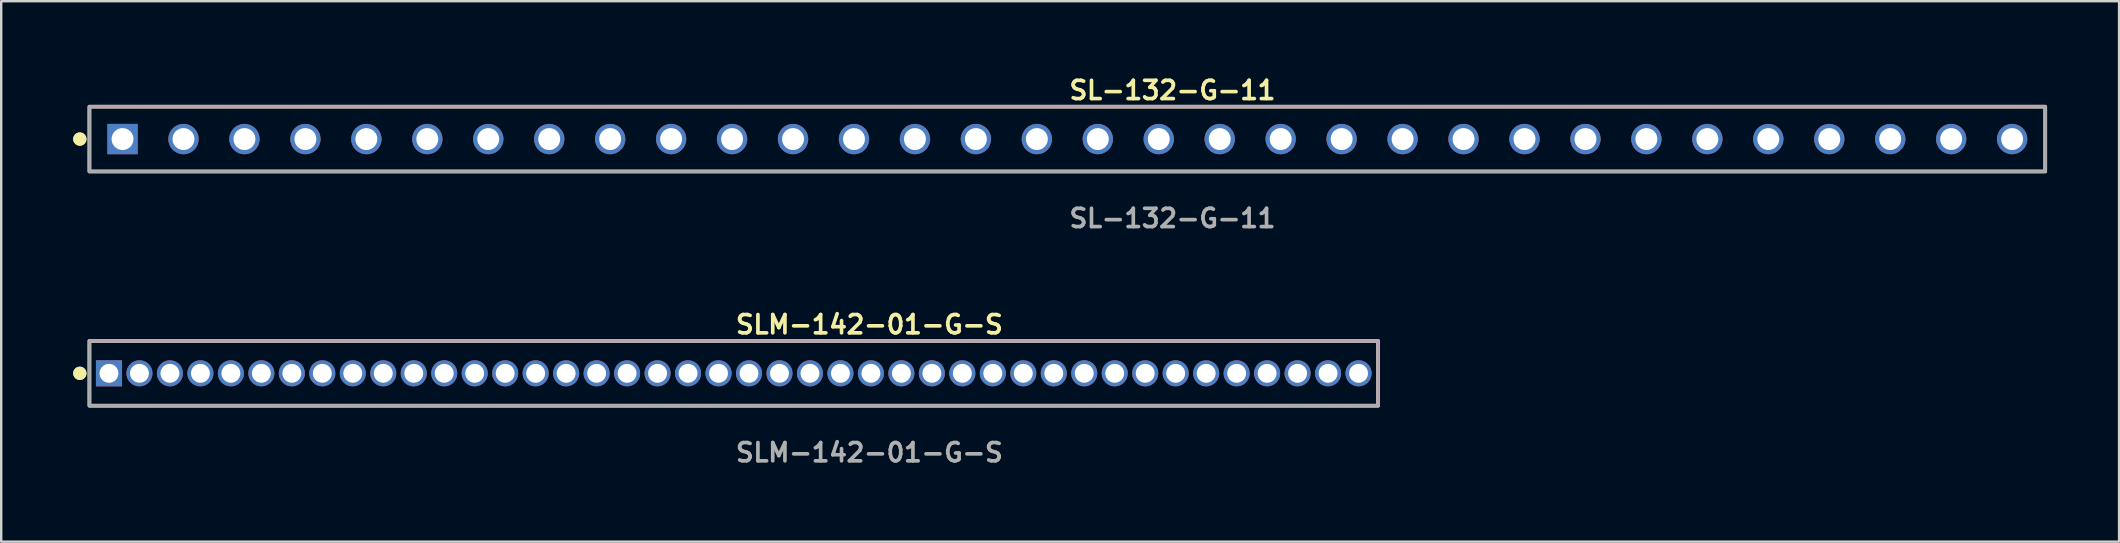
<source format=kicad_pcb>
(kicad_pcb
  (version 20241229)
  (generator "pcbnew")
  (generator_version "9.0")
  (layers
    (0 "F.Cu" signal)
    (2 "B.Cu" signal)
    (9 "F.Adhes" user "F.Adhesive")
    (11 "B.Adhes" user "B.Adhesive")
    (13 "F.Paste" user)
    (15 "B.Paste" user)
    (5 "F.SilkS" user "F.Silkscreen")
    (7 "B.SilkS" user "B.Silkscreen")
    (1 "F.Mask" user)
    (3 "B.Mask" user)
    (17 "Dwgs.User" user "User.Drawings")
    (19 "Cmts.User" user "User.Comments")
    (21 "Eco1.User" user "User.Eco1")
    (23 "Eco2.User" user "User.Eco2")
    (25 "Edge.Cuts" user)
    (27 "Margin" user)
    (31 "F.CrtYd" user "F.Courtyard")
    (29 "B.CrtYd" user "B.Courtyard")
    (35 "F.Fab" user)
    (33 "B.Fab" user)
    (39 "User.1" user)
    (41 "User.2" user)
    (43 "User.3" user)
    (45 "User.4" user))
  (footprint "SLM-142-01-G-S"
    (layer "F.Cu")
    (at 27.526 12.506)
    (property "Reference" "SLM-142-01-G-S" (at 0 -2.032 0) (unlocked yes) (layer "F.SilkS") (effects (font (size 0.762 0.762) (thickness 0.152)) (justify left)))
    (fp_rect (start -26.85 1.35) (end 26.85 -1.35) (stroke (width 0.152) (type solid)) (fill no) (layer "F.SilkS"))
    (fp_circle (center -27.25 0) (end -27.45 0) (stroke (width 0.152) (type solid)) (fill yes) (layer "F.SilkS"))
    (fp_circle (center -27.25 0) (end -27.45 0) (stroke (width 0.152) (type solid)) (fill yes) (layer "F.SilkS"))
    (fp_rect (start -26.85 1.35) (end 26.85 -1.35) (stroke (width 0.006) (type solid)) (fill no) (layer "F.CrtYd"))
    (fp_rect (start -26.85 1.35) (end 26.85 -1.35) (stroke (width 0.152) (type solid)) (fill no) (layer "F.Fab"))
    (fp_text user "${REFERENCE}" (at 0 3.302 0) (unlocked yes) (layer "F.Fab") (effects (font (size 0.762 0.762) (thickness 0.152)) (justify left)))
    (pad "1" thru_hole rect (at -26.035 0) (size 1.087 1.087) (drill 0.787) (layers "*.Cu" "*.Mask"))
    (pad "2" thru_hole circle (at -24.765 0) (size 1.087 1.087) (drill 0.787) (layers "*.Cu" "*.Mask"))
    (pad "3" thru_hole circle (at -23.495 0) (size 1.087 1.087) (drill 0.787) (layers "*.Cu" "*.Mask"))
    (pad "4" thru_hole circle (at -22.225 0) (size 1.087 1.087) (drill 0.787) (layers "*.Cu" "*.Mask"))
    (pad "5" thru_hole circle (at -20.955 0) (size 1.087 1.087) (drill 0.787) (layers "*.Cu" "*.Mask"))
    (pad "6" thru_hole circle (at -19.685 0) (size 1.087 1.087) (drill 0.787) (layers "*.Cu" "*.Mask"))
    (pad "7" thru_hole circle (at -18.415 0) (size 1.087 1.087) (drill 0.787) (layers "*.Cu" "*.Mask"))
    (pad "8" thru_hole circle (at -17.145 0) (size 1.087 1.087) (drill 0.787) (layers "*.Cu" "*.Mask"))
    (pad "9" thru_hole circle (at -15.875 0) (size 1.087 1.087) (drill 0.787) (layers "*.Cu" "*.Mask"))
    (pad "10" thru_hole circle (at -14.605 0) (size 1.087 1.087) (drill 0.787) (layers "*.Cu" "*.Mask"))
    (pad "11" thru_hole circle (at -13.335 0) (size 1.087 1.087) (drill 0.787) (layers "*.Cu" "*.Mask"))
    (pad "12" thru_hole circle (at -12.065 0) (size 1.087 1.087) (drill 0.787) (layers "*.Cu" "*.Mask"))
    (pad "13" thru_hole circle (at -10.795 0) (size 1.087 1.087) (drill 0.787) (layers "*.Cu" "*.Mask"))
    (pad "14" thru_hole circle (at -9.525 0) (size 1.087 1.087) (drill 0.787) (layers "*.Cu" "*.Mask"))
    (pad "15" thru_hole circle (at -8.255 0) (size 1.087 1.087) (drill 0.787) (layers "*.Cu" "*.Mask"))
    (pad "16" thru_hole circle (at -6.985 0) (size 1.087 1.087) (drill 0.787) (layers "*.Cu" "*.Mask"))
    (pad "17" thru_hole circle (at -5.715 0) (size 1.087 1.087) (drill 0.787) (layers "*.Cu" "*.Mask"))
    (pad "18" thru_hole circle (at -4.445 0) (size 1.087 1.087) (drill 0.787) (layers "*.Cu" "*.Mask"))
    (pad "19" thru_hole circle (at -3.175 0) (size 1.087 1.087) (drill 0.787) (layers "*.Cu" "*.Mask"))
    (pad "20" thru_hole circle (at -1.905 0) (size 1.087 1.087) (drill 0.787) (layers "*.Cu" "*.Mask"))
    (pad "21" thru_hole circle (at -0.635 0) (size 1.087 1.087) (drill 0.787) (layers "*.Cu" "*.Mask"))
    (pad "22" thru_hole circle (at 0.635 0) (size 1.087 1.087) (drill 0.787) (layers "*.Cu" "*.Mask"))
    (pad "23" thru_hole circle (at 1.905 0) (size 1.087 1.087) (drill 0.787) (layers "*.Cu" "*.Mask"))
    (pad "24" thru_hole circle (at 3.175 0) (size 1.087 1.087) (drill 0.787) (layers "*.Cu" "*.Mask"))
    (pad "25" thru_hole circle (at 4.445 0) (size 1.087 1.087) (drill 0.787) (layers "*.Cu" "*.Mask"))
    (pad "26" thru_hole circle (at 5.715 0) (size 1.087 1.087) (drill 0.787) (layers "*.Cu" "*.Mask"))
    (pad "27" thru_hole circle (at 6.985 0) (size 1.087 1.087) (drill 0.787) (layers "*.Cu" "*.Mask"))
    (pad "28" thru_hole circle (at 8.255 0) (size 1.087 1.087) (drill 0.787) (layers "*.Cu" "*.Mask"))
    (pad "29" thru_hole circle (at 9.525 0) (size 1.087 1.087) (drill 0.787) (layers "*.Cu" "*.Mask"))
    (pad "30" thru_hole circle (at 10.795 0) (size 1.087 1.087) (drill 0.787) (layers "*.Cu" "*.Mask"))
    (pad "31" thru_hole circle (at 12.065 0) (size 1.087 1.087) (drill 0.787) (layers "*.Cu" "*.Mask"))
    (pad "32" thru_hole circle (at 13.335 0) (size 1.087 1.087) (drill 0.787) (layers "*.Cu" "*.Mask"))
    (pad "33" thru_hole circle (at 14.605 0) (size 1.087 1.087) (drill 0.787) (layers "*.Cu" "*.Mask"))
    (pad "34" thru_hole circle (at 15.875 0) (size 1.087 1.087) (drill 0.787) (layers "*.Cu" "*.Mask"))
    (pad "35" thru_hole circle (at 17.145 0) (size 1.087 1.087) (drill 0.787) (layers "*.Cu" "*.Mask"))
    (pad "36" thru_hole circle (at 18.415 0) (size 1.087 1.087) (drill 0.787) (layers "*.Cu" "*.Mask"))
    (pad "37" thru_hole circle (at 19.685 0) (size 1.087 1.087) (drill 0.787) (layers "*.Cu" "*.Mask"))
    (pad "38" thru_hole circle (at 20.955 0) (size 1.087 1.087) (drill 0.787) (layers "*.Cu" "*.Mask"))
    (pad "39" thru_hole circle (at 22.225 0) (size 1.087 1.087) (drill 0.787) (layers "*.Cu" "*.Mask"))
    (pad "40" thru_hole circle (at 23.495 0) (size 1.087 1.087) (drill 0.787) (layers "*.Cu" "*.Mask"))
    (pad "41" thru_hole circle (at 24.765 0) (size 1.087 1.087) (drill 0.787) (layers "*.Cu" "*.Mask"))
    (pad "42" thru_hole circle (at 26.035 0) (size 1.087 1.087) (drill 0.787) (layers "*.Cu" "*.Mask")))
  (footprint "SL-132-G-11"
    (layer "F.Cu")
    (at 41.426 2.745)
    (property "Reference" "SL-132-G-11" (at 0 -2.032 0) (unlocked yes) (layer "F.SilkS") (effects (font (size 0.762 0.762) (thickness 0.152)) (justify left)))
    (fp_rect (start -40.75 1.35) (end 40.75 -1.35) (stroke (width 0.152) (type solid)) (fill no) (layer "F.SilkS"))
    (fp_circle (center -41.15 0) (end -41.35 0) (stroke (width 0.152) (type solid)) (fill yes) (layer "F.SilkS"))
    (fp_circle (center -41.15 0) (end -41.35 0) (stroke (width 0.152) (type solid)) (fill yes) (layer "F.SilkS"))
    (fp_rect (start -40.75 1.35) (end 40.75 -1.35) (stroke (width 0.006) (type solid)) (fill no) (layer "F.CrtYd"))
    (fp_rect (start -40.75 1.35) (end 40.75 -1.35) (stroke (width 0.152) (type solid)) (fill no) (layer "F.Fab"))
    (fp_text user "${REFERENCE}" (at 0 3.302 0) (unlocked yes) (layer "F.Fab") (effects (font (size 0.762 0.762) (thickness 0.152)) (justify left)))
    (pad "1" thru_hole rect (at -39.37 0) (size 1.264 1.264) (drill 0.914) (layers "*.Cu" "*.Mask"))
    (pad "2" thru_hole circle (at -36.83 0) (size 1.264 1.264) (drill 0.914) (layers "*.Cu" "*.Mask"))
    (pad "3" thru_hole circle (at -34.29 0) (size 1.264 1.264) (drill 0.914) (layers "*.Cu" "*.Mask"))
    (pad "4" thru_hole circle (at -31.75 0) (size 1.264 1.264) (drill 0.914) (layers "*.Cu" "*.Mask"))
    (pad "5" thru_hole circle (at -29.21 0) (size 1.264 1.264) (drill 0.914) (layers "*.Cu" "*.Mask"))
    (pad "6" thru_hole circle (at -26.67 0) (size 1.264 1.264) (drill 0.914) (layers "*.Cu" "*.Mask"))
    (pad "7" thru_hole circle (at -24.13 0) (size 1.264 1.264) (drill 0.914) (layers "*.Cu" "*.Mask"))
    (pad "8" thru_hole circle (at -21.59 0) (size 1.264 1.264) (drill 0.914) (layers "*.Cu" "*.Mask"))
    (pad "9" thru_hole circle (at -19.05 0) (size 1.264 1.264) (drill 0.914) (layers "*.Cu" "*.Mask"))
    (pad "10" thru_hole circle (at -16.51 0) (size 1.264 1.264) (drill 0.914) (layers "*.Cu" "*.Mask"))
    (pad "11" thru_hole circle (at -13.97 0) (size 1.264 1.264) (drill 0.914) (layers "*.Cu" "*.Mask"))
    (pad "12" thru_hole circle (at -11.43 0) (size 1.264 1.264) (drill 0.914) (layers "*.Cu" "*.Mask"))
    (pad "13" thru_hole circle (at -8.89 0) (size 1.264 1.264) (drill 0.914) (layers "*.Cu" "*.Mask"))
    (pad "14" thru_hole circle (at -6.35 0) (size 1.264 1.264) (drill 0.914) (layers "*.Cu" "*.Mask"))
    (pad "15" thru_hole circle (at -3.81 0) (size 1.264 1.264) (drill 0.914) (layers "*.Cu" "*.Mask"))
    (pad "16" thru_hole circle (at -1.27 0) (size 1.264 1.264) (drill 0.914) (layers "*.Cu" "*.Mask"))
    (pad "17" thru_hole circle (at 1.27 0) (size 1.264 1.264) (drill 0.914) (layers "*.Cu" "*.Mask"))
    (pad "18" thru_hole circle (at 3.81 0) (size 1.264 1.264) (drill 0.914) (layers "*.Cu" "*.Mask"))
    (pad "19" thru_hole circle (at 6.35 0) (size 1.264 1.264) (drill 0.914) (layers "*.Cu" "*.Mask"))
    (pad "20" thru_hole circle (at 8.89 0) (size 1.264 1.264) (drill 0.914) (layers "*.Cu" "*.Mask"))
    (pad "21" thru_hole circle (at 11.43 0) (size 1.264 1.264) (drill 0.914) (layers "*.Cu" "*.Mask"))
    (pad "22" thru_hole circle (at 13.97 0) (size 1.264 1.264) (drill 0.914) (layers "*.Cu" "*.Mask"))
    (pad "23" thru_hole circle (at 16.51 0) (size 1.264 1.264) (drill 0.914) (layers "*.Cu" "*.Mask"))
    (pad "24" thru_hole circle (at 19.05 0) (size 1.264 1.264) (drill 0.914) (layers "*.Cu" "*.Mask"))
    (pad "25" thru_hole circle (at 21.59 0) (size 1.264 1.264) (drill 0.914) (layers "*.Cu" "*.Mask"))
    (pad "26" thru_hole circle (at 24.13 0) (size 1.264 1.264) (drill 0.914) (layers "*.Cu" "*.Mask"))
    (pad "27" thru_hole circle (at 26.67 0) (size 1.264 1.264) (drill 0.914) (layers "*.Cu" "*.Mask"))
    (pad "28" thru_hole circle (at 29.21 0) (size 1.264 1.264) (drill 0.914) (layers "*.Cu" "*.Mask"))
    (pad "29" thru_hole circle (at 31.75 0) (size 1.264 1.264) (drill 0.914) (layers "*.Cu" "*.Mask"))
    (pad "30" thru_hole circle (at 34.29 0) (size 1.264 1.264) (drill 0.914) (layers "*.Cu" "*.Mask"))
    (pad "31" thru_hole circle (at 36.83 0) (size 1.264 1.264) (drill 0.914) (layers "*.Cu" "*.Mask"))
    (pad "32" thru_hole circle (at 39.37 0) (size 1.264 1.264) (drill 0.914) (layers "*.Cu" "*.Mask")))
  (gr_rect
    (start -3 -3)
    (end 85.252 19.521)
    (stroke (width 0.1) (type default))
    (fill no)
    (layer "Edge.Cuts")))
</source>
